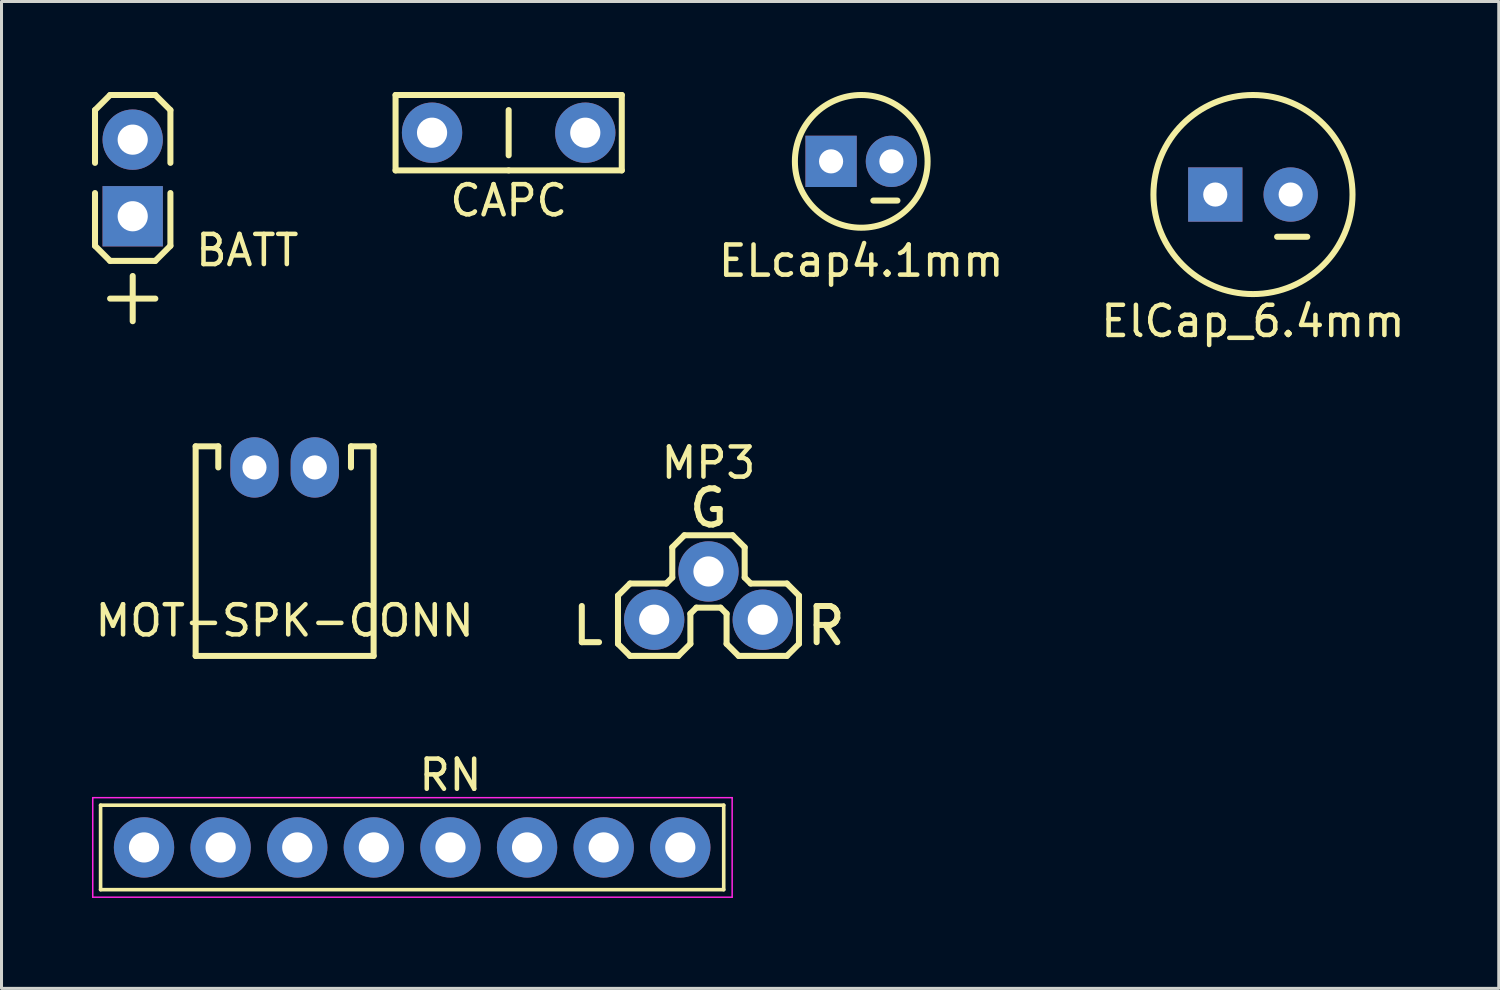
<source format=kicad_pcb>
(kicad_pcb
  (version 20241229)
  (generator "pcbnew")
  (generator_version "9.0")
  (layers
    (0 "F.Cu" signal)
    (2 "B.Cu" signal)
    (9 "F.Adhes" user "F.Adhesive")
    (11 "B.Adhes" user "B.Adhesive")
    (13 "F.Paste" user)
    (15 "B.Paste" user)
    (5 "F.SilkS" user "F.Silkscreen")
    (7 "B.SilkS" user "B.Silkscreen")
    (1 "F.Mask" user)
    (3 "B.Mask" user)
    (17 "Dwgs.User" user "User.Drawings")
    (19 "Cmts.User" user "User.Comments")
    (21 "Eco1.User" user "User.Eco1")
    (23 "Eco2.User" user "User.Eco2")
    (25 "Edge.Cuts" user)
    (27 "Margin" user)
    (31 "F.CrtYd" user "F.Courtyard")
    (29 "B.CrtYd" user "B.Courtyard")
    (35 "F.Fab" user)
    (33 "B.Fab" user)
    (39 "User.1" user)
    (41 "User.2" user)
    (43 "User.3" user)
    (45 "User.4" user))
  (footprint "BATT"
    (layer "F.Cu")
    (at 1.35 2.85)
    (property "Reference" "BATT" (at 3.8 2.4 0) (layer "F.SilkS") (effects (font (size 1 1) (thickness 0.15))))
    (attr through_hole)
    (fp_line (start -1.25 -2.25) (end -0.75 -2.75) (stroke (width 0.2) (type solid)) (layer "F.SilkS"))
    (fp_line (start -1.25 -0.5) (end -1.25 -2.25) (stroke (width 0.2) (type solid)) (layer "F.SilkS"))
    (fp_line (start -1.25 2.25) (end -1.25 0.5) (stroke (width 0.2) (type solid)) (layer "F.SilkS"))
    (fp_line (start -0.75 -2.75) (end 0.75 -2.75) (stroke (width 0.2) (type solid)) (layer "F.SilkS"))
    (fp_line (start -0.75 2.75) (end -1.25 2.25) (stroke (width 0.2) (type solid)) (layer "F.SilkS"))
    (fp_line (start -0.75 4) (end 0.75 4) (stroke (width 0.2) (type solid)) (layer "F.SilkS"))
    (fp_line (start 0 3.25) (end 0 4.75) (stroke (width 0.2) (type solid)) (layer "F.SilkS"))
    (fp_line (start 0.75 -2.75) (end 1.25 -2.25) (stroke (width 0.2) (type solid)) (layer "F.SilkS"))
    (fp_line (start 0.75 2.75) (end -0.75 2.75) (stroke (width 0.2) (type solid)) (layer "F.SilkS"))
    (fp_line (start 1.25 -2.25) (end 1.25 -0.5) (stroke (width 0.2) (type solid)) (layer "F.SilkS"))
    (fp_line (start 1.25 0.5) (end 1.25 2.25) (stroke (width 0.2) (type solid)) (layer "F.SilkS"))
    (fp_line (start 1.25 2.25) (end 0.75 2.75) (stroke (width 0.2) (type solid)) (layer "F.SilkS"))
    (pad "1" thru_hole rect (at 0 1.27) (size 2 2) (drill 1) (layers "*.Cu" "*.Mask"))
    (pad "2" thru_hole circle (at 0 -1.27) (size 2 2) (drill 1) (layers "*.Cu" "*.Mask")))
  (footprint "MP3"
    (layer "F.Cu")
    (at 20.44 17.497)
    (property "Reference" "MP3" (at 0 -5.2 180) (layer "F.SilkS") (effects (font (size 1 1) (thickness 0.15))))
    (attr through_hole)
    (fp_line (start -3 -0.8) (end -3 0.8) (stroke (width 0.2) (type solid)) (layer "F.SilkS"))
    (fp_line (start -2.6 -1.2) (end -3 -0.8) (stroke (width 0.2) (type solid)) (layer "F.SilkS"))
    (fp_line (start -2.6 1.2) (end -3 0.8) (stroke (width 0.2) (type solid)) (layer "F.SilkS"))
    (fp_line (start -1.4 -1.2) (end -2.6 -1.2) (stroke (width 0.2) (type solid)) (layer "F.SilkS"))
    (fp_line (start -1.2 -2.4) (end -1.2 -1.4) (stroke (width 0.2) (type solid)) (layer "F.SilkS"))
    (fp_line (start -1.2 -1.4) (end -1.4 -1.2) (stroke (width 0.2) (type solid)) (layer "F.SilkS"))
    (fp_line (start -1 1.2) (end -2.6 1.2) (stroke (width 0.2) (type solid)) (layer "F.SilkS"))
    (fp_line (start -1 1.2) (end -0.6 0.8) (stroke (width 0.2) (type solid)) (layer "F.SilkS"))
    (fp_line (start -0.8 -2.8) (end -1.2 -2.4) (stroke (width 0.2) (type solid)) (layer "F.SilkS"))
    (fp_line (start -0.6 -0.2) (end -0.4 -0.4) (stroke (width 0.2) (type solid)) (layer "F.SilkS"))
    (fp_line (start -0.6 0.8) (end -0.6 -0.2) (stroke (width 0.2) (type solid)) (layer "F.SilkS"))
    (fp_line (start -0.4 -0.4) (end 0.4 -0.4) (stroke (width 0.2) (type solid)) (layer "F.SilkS"))
    (fp_line (start 0.4 -0.4) (end 0.6 -0.2) (stroke (width 0.2) (type solid)) (layer "F.SilkS"))
    (fp_line (start 0.6 -0.2) (end 0.6 0.8) (stroke (width 0.2) (type solid)) (layer "F.SilkS"))
    (fp_line (start 0.6 0.8) (end 1 1.2) (stroke (width 0.2) (type solid)) (layer "F.SilkS"))
    (fp_line (start 0.8 -2.8) (end -0.8 -2.8) (stroke (width 0.2) (type solid)) (layer "F.SilkS"))
    (fp_line (start 1 1.2) (end 2.6 1.2) (stroke (width 0.2) (type solid)) (layer "F.SilkS"))
    (fp_line (start 1.2 -2.4) (end 0.8 -2.8) (stroke (width 0.2) (type solid)) (layer "F.SilkS"))
    (fp_line (start 1.2 -1.4) (end 1.2 -2.4) (stroke (width 0.2) (type solid)) (layer "F.SilkS"))
    (fp_line (start 1.4 -1.2) (end 1.2 -1.4) (stroke (width 0.2) (type solid)) (layer "F.SilkS"))
    (fp_line (start 2.6 -1.2) (end 1.4 -1.2) (stroke (width 0.2) (type solid)) (layer "F.SilkS"))
    (fp_line (start 2.6 1.2) (end 3 0.8) (stroke (width 0.2) (type solid)) (layer "F.SilkS"))
    (fp_line (start 3 -0.8) (end 2.6 -1.2) (stroke (width 0.2) (type solid)) (layer "F.SilkS"))
    (fp_line (start 3 0.8) (end 3 -0.8) (stroke (width 0.2) (type solid)) (layer "F.SilkS"))
    (fp_text user "L" (at -4 0.2 0) (layer "F.SilkS") (effects (font (size 1.2 1.2) (thickness 0.2))))
    (fp_text user "R" (at 3.9 0.2 0) (layer "F.SilkS") (effects (font (size 1.2 1.2) (thickness 0.2))))
    (fp_text user "G" (at 0 -3.7 0) (layer "F.SilkS") (effects (font (size 1.2 1.2) (thickness 0.2))))
    (pad "1" thru_hole circle (at -1.8 0 180) (size 2 2) (drill 1) (layers "*.Cu" "*.Mask"))
    (pad "2" thru_hole circle (at 1.8 0 180) (size 2 2) (drill 1) (layers "*.Cu" "*.Mask"))
    (pad "3" thru_hole circle (at 0 -1.6 180) (size 2 2) (drill 1) (layers "*.Cu" "*.Mask")))
  (footprint "RN"
    (layer "F.Cu")
    (at 1.725 25.047)
    (property "Reference" "RN" (at 10.16 -2.4 0) (layer "F.SilkS") (effects (font (size 1 1) (thickness 0.15))))
    (attr through_hole)
    (fp_line (start -1.44 -1.4) (end -1.44 1.4) (stroke (width 0.12) (type solid)) (layer "F.SilkS"))
    (fp_line (start -1.44 1.4) (end 19.22 1.4) (stroke (width 0.12) (type solid)) (layer "F.SilkS"))
    (fp_line (start 19.22 -1.4) (end -1.44 -1.4) (stroke (width 0.12) (type solid)) (layer "F.SilkS"))
    (fp_line (start 19.22 1.4) (end 19.22 -1.4) (stroke (width 0.12) (type solid)) (layer "F.SilkS"))
    (fp_line (start -1.7 -1.65) (end -1.7 1.65) (stroke (width 0.05) (type solid)) (layer "F.CrtYd"))
    (fp_line (start -1.7 1.65) (end 19.5 1.65) (stroke (width 0.05) (type solid)) (layer "F.CrtYd"))
    (fp_line (start 19.5 -1.65) (end -1.7 -1.65) (stroke (width 0.05) (type solid)) (layer "F.CrtYd"))
    (fp_line (start 19.5 1.65) (end 19.5 -1.65) (stroke (width 0.05) (type solid)) (layer "F.CrtYd"))
    (pad "1" thru_hole circle (at 0 0) (size 2 2) (drill 1) (layers "*.Cu" "*.Mask"))
    (pad "2" thru_hole circle (at 2.54 0) (size 2 2) (drill 1) (layers "*.Cu" "*.Mask"))
    (pad "3" thru_hole circle (at 5.08 0) (size 2 2) (drill 1) (layers "*.Cu" "*.Mask"))
    (pad "4" thru_hole circle (at 7.62 0) (size 2 2) (drill 1) (layers "*.Cu" "*.Mask"))
    (pad "5" thru_hole circle (at 10.16 0) (size 2 2) (drill 1) (layers "*.Cu" "*.Mask"))
    (pad "6" thru_hole circle (at 12.7 0) (size 2 2) (drill 1) (layers "*.Cu" "*.Mask"))
    (pad "7" thru_hole circle (at 15.24 0) (size 2 2) (drill 1) (layers "*.Cu" "*.Mask"))
    (pad "8" thru_hole circle (at 17.78 0) (size 2 2) (drill 1) (layers "*.Cu" "*.Mask")))
  (footprint "CAPC"
    (layer "F.Cu")
    (at 13.815 1.35)
    (property "Reference" "CAPC" (at 0 2.25 0) (layer "F.SilkS") (effects (font (size 1 1) (thickness 0.15))))
    (attr through_hole)
    (fp_line (start -3.75 -1.25) (end -3.75 1.25) (stroke (width 0.2) (type solid)) (layer "F.SilkS"))
    (fp_line (start -3.75 1.25) (end 0 1.25) (stroke (width 0.2) (type solid)) (layer "F.SilkS"))
    (fp_line (start 0 -0.75) (end 0 0.75) (stroke (width 0.2) (type solid)) (layer "F.SilkS"))
    (fp_line (start 0 1.25) (end 3.75 1.25) (stroke (width 0.2) (type solid)) (layer "F.SilkS"))
    (fp_line (start 3.75 -1.25) (end -3.75 -1.25) (stroke (width 0.2) (type solid)) (layer "F.SilkS"))
    (fp_line (start 3.75 1.25) (end 3.75 -1.25) (stroke (width 0.2) (type solid)) (layer "F.SilkS"))
    (pad "1" thru_hole circle (at 2.54 0) (size 2 2) (drill 1) (layers "*.Cu" "*.Mask"))
    (pad "2" thru_hole circle (at -2.54 0) (size 2 2) (drill 1) (layers "*.Cu" "*.Mask")))
  (footprint "ElCap_6.4mm"
    (layer "F.Cu")
    (at 38.493 3.4)
    (property "Reference" "ElCap_6.4mm" (at 0 4.2 0) (layer "F.SilkS") (effects (font (size 1 1) (thickness 0.15))))
    (attr through_hole)
    (fp_line (start 0.8 1.4) (end 1.8 1.4) (stroke (width 0.2) (type solid)) (layer "F.SilkS"))
    (fp_circle (center 0 0) (end 3.3 0) (stroke (width 0.2) (type solid)) (fill no) (layer "F.SilkS"))
    (pad "1" thru_hole rect (at -1.25 0 180) (size 1.8 1.8) (drill 0.8) (layers "*.Cu" "*.Mask"))
    (pad "2" thru_hole circle (at 1.25 0 180) (size 1.8 1.8) (drill 0.8) (layers "*.Cu" "*.Mask")))
  (footprint "ELcap4.1mm"
    (layer "F.Cu")
    (at 25.505 2.3)
    (property "Reference" "ELcap4.1mm" (at 0 3.3 0) (layer "F.SilkS") (effects (font (size 1 1) (thickness 0.15))))
    (attr through_hole)
    (fp_line (start 0.4 1.3) (end 1.2 1.3) (stroke (width 0.2) (type solid)) (layer "F.SilkS"))
    (fp_circle (center 0 0) (end 2.2 0) (stroke (width 0.2) (type solid)) (fill no) (layer "F.SilkS"))
    (pad "1" thru_hole rect (at -1 0 180) (size 1.7 1.7) (drill 0.8) (layers "*.Cu" "*.Mask"))
    (pad "2" thru_hole circle (at 1 0 180) (size 1.7 1.7) (drill 0.8) (layers "*.Cu" "*.Mask")))
  (footprint "MOT-SPK-CONN"
    (layer "F.Cu")
    (at 6.387 12.448)
    (property "Reference" "MOT-SPK-CONN" (at 0 5.08 0) (layer "F.SilkS") (effects (font (size 1 1) (thickness 0.15))))
    (attr through_hole)
    (fp_line (start -2.95 -0.7) (end -2.2 -0.7) (stroke (width 0.2) (type solid)) (layer "F.SilkS"))
    (fp_line (start -2.95 6.25) (end -2.95 -0.7) (stroke (width 0.2) (type solid)) (layer "F.SilkS"))
    (fp_line (start -2.95 6.25) (end 2.95 6.25) (stroke (width 0.2) (type solid)) (layer "F.SilkS"))
    (fp_line (start -2.2 -0.7) (end -2.2 0) (stroke (width 0.2) (type solid)) (layer "F.SilkS"))
    (fp_line (start 2.2 -0.7) (end 2.2 0) (stroke (width 0.2) (type solid)) (layer "F.SilkS"))
    (fp_line (start 2.95 -0.7) (end 2.2 -0.7) (stroke (width 0.2) (type solid)) (layer "F.SilkS"))
    (fp_line (start 2.95 6.25) (end 2.95 -0.7) (stroke (width 0.2) (type solid)) (layer "F.SilkS"))
    (pad "1" thru_hole oval (at 1 0) (size 1.6 2) (drill 0.8) (layers "*.Cu" "*.Mask"))
    (pad "2" thru_hole oval (at -1 0) (size 1.6 2) (drill 0.8) (layers "*.Cu" "*.Mask")))
  (gr_rect
    (start -3 -3)
    (end 46.642 29.721)
    (stroke (width 0.1) (type default))
    (fill no)
    (layer "Edge.Cuts")))
</source>
